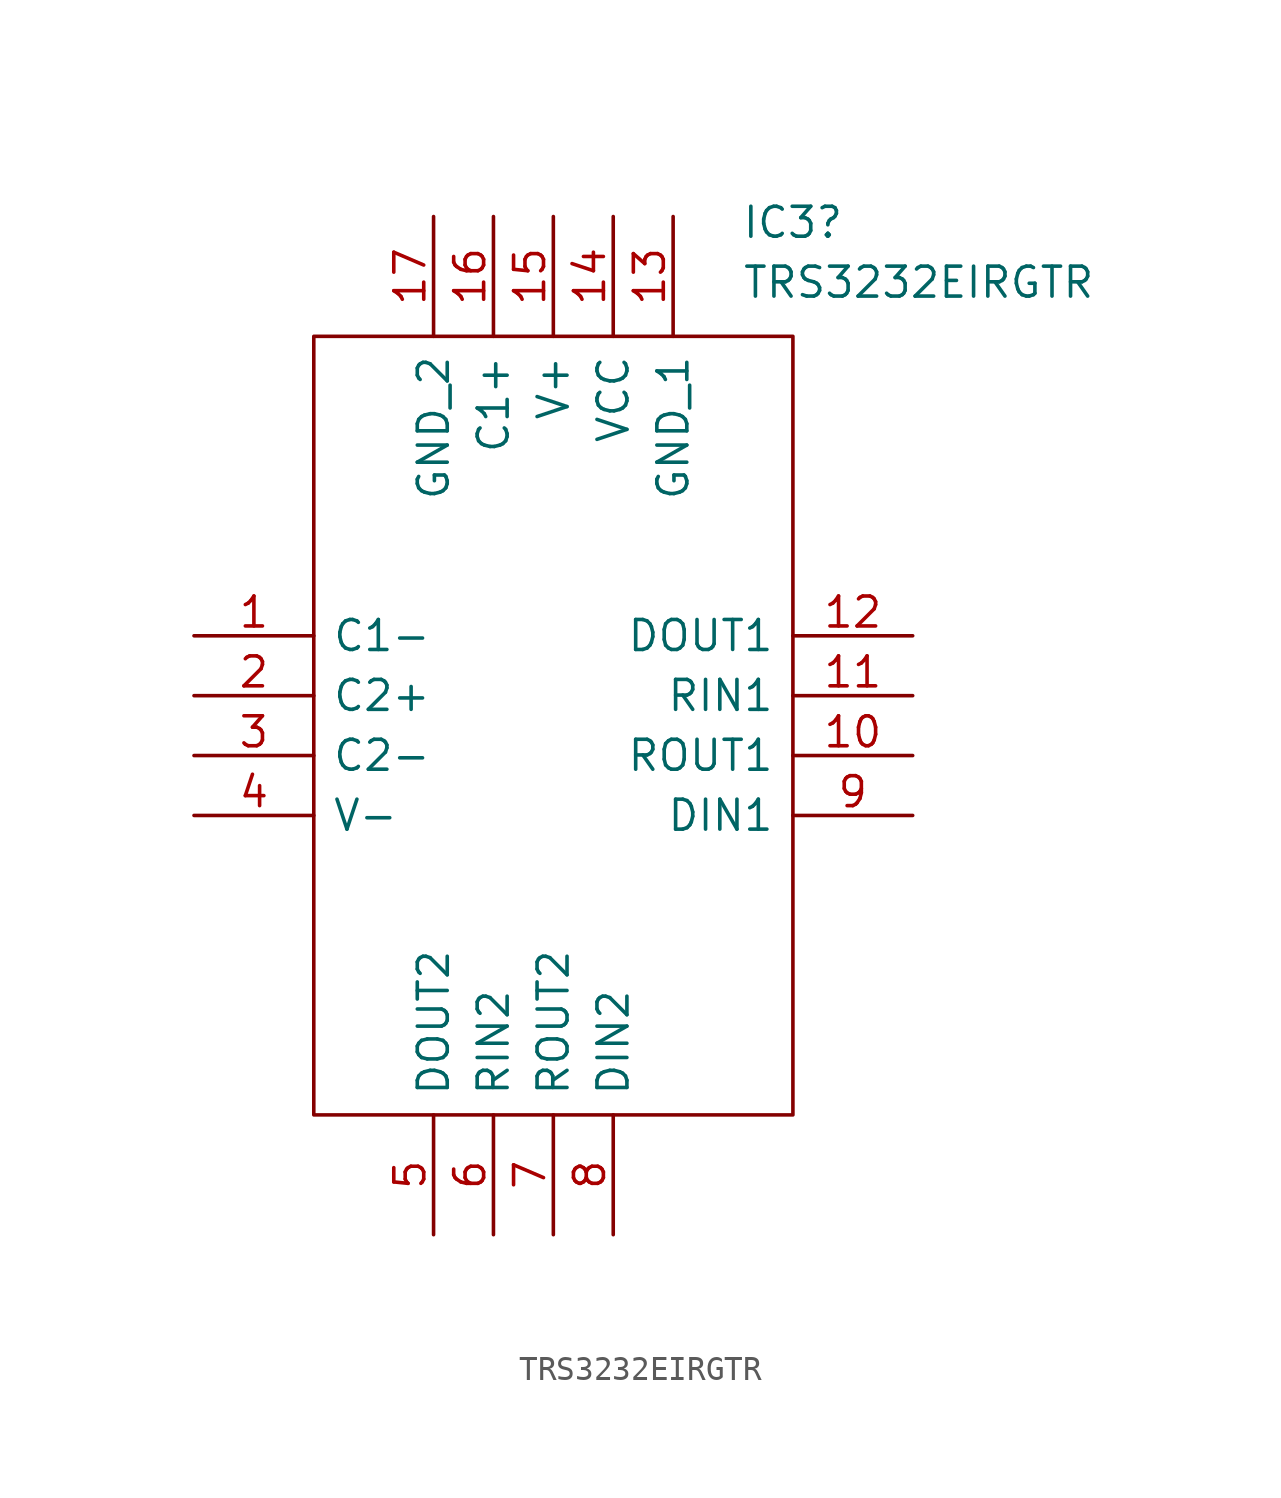
<source format=kicad_sym>
(kicad_symbol_lib
  (version 20220914)
  (generator kicad_symbol_editor)
  (symbol "TRS3232EIRGTR"
    (pin_names
      (offset 0.762))
    (property "Reference" "IC3"
      (at 25.4 17.526 0)
      (effects (font (size 1.27 1.27))))
    (property "Value" "TRS3232EIRGTR"
      (at 30.734 14.986 0)
      (effects (font (size 1.27 1.27))))
    (symbol "TRS3232EIRGTR_0_0"
      (pin passive line (at 0 0 0) (length 5.08) (name "C1-" (effects (font (size 1.27 1.27)))) (number "1" (effects (font (size 1.27 1.27)))))
      (pin passive line (at 30.48 -5.08 180) (length 5.08) (name "ROUT1" (effects (font (size 1.27 1.27)))) (number "10" (effects (font (size 1.27 1.27)))))
      (pin passive line (at 30.48 -2.54 180) (length 5.08) (name "RIN1" (effects (font (size 1.27 1.27)))) (number "11" (effects (font (size 1.27 1.27)))))
      (pin passive line (at 30.48 0 180) (length 5.08) (name "DOUT1" (effects (font (size 1.27 1.27)))) (number "12" (effects (font (size 1.27 1.27)))))
      (pin passive line (at 20.32 17.78 270) (length 5.08) (name "GND_1" (effects (font (size 1.27 1.27)))) (number "13" (effects (font (size 1.27 1.27)))))
      (pin passive line (at 17.78 17.78 270) (length 5.08) (name "VCC" (effects (font (size 1.27 1.27)))) (number "14" (effects (font (size 1.27 1.27)))))
      (pin passive line (at 15.24 17.78 270) (length 5.08) (name "V+" (effects (font (size 1.27 1.27)))) (number "15" (effects (font (size 1.27 1.27)))))
      (pin passive line (at 12.7 17.78 270) (length 5.08) (name "C1+" (effects (font (size 1.27 1.27)))) (number "16" (effects (font (size 1.27 1.27)))))
      (pin passive line (at 10.16 17.78 270) (length 5.08) (name "GND_2" (effects (font (size 1.27 1.27)))) (number "17" (effects (font (size 1.27 1.27)))))
      (pin passive line (at 0 -2.54 0) (length 5.08) (name "C2+" (effects (font (size 1.27 1.27)))) (number "2" (effects (font (size 1.27 1.27)))))
      (pin passive line (at 0 -5.08 0) (length 5.08) (name "C2-" (effects (font (size 1.27 1.27)))) (number "3" (effects (font (size 1.27 1.27)))))
      (pin passive line (at 0 -7.62 0) (length 5.08) (name "V-" (effects (font (size 1.27 1.27)))) (number "4" (effects (font (size 1.27 1.27)))))
      (pin passive line (at 10.16 -25.4 90) (length 5.08) (name "DOUT2" (effects (font (size 1.27 1.27)))) (number "5" (effects (font (size 1.27 1.27)))))
      (pin passive line (at 12.7 -25.4 90) (length 5.08) (name "RIN2" (effects (font (size 1.27 1.27)))) (number "6" (effects (font (size 1.27 1.27)))))
      (pin passive line (at 15.24 -25.4 90) (length 5.08) (name "ROUT2" (effects (font (size 1.27 1.27)))) (number "7" (effects (font (size 1.27 1.27)))))
      (pin passive line (at 17.78 -25.4 90) (length 5.08) (name "DIN2" (effects (font (size 1.27 1.27)))) (number "8" (effects (font (size 1.27 1.27)))))
      (pin passive line (at 30.48 -7.62 180) (length 5.08) (name "DIN1" (effects (font (size 1.27 1.27)))) (number "9" (effects (font (size 1.27 1.27))))))
    (symbol "TRS3232EIRGTR_0_1"
      (polyline (pts (xy 5.08 12.7) (xy 25.4 12.7) (xy 25.4 -20.32) (xy 5.08 -20.32) (xy 5.08 12.7)) (stroke (width 0.152) (type default)) (fill (type none))))))
</source>
